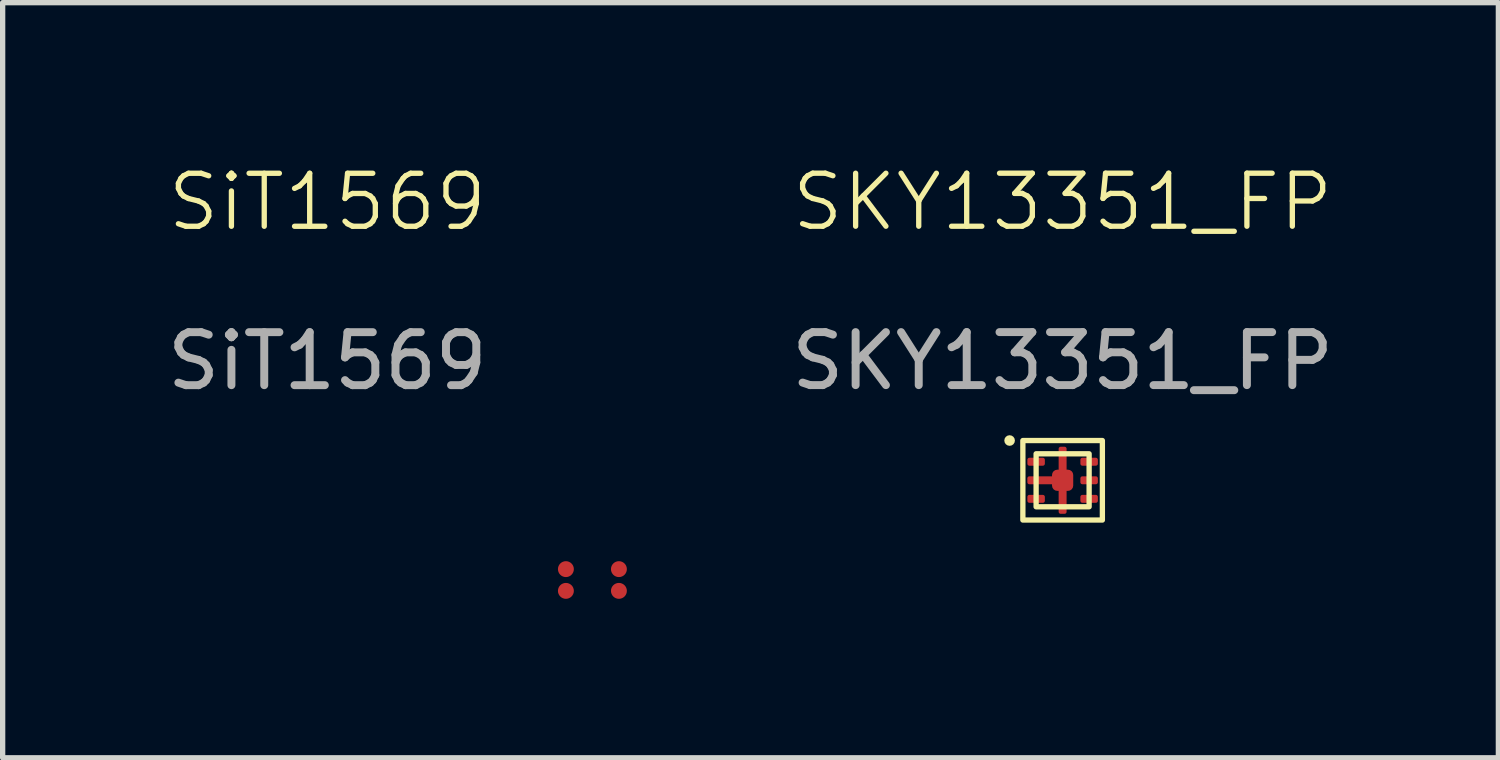
<source format=kicad_pcb>
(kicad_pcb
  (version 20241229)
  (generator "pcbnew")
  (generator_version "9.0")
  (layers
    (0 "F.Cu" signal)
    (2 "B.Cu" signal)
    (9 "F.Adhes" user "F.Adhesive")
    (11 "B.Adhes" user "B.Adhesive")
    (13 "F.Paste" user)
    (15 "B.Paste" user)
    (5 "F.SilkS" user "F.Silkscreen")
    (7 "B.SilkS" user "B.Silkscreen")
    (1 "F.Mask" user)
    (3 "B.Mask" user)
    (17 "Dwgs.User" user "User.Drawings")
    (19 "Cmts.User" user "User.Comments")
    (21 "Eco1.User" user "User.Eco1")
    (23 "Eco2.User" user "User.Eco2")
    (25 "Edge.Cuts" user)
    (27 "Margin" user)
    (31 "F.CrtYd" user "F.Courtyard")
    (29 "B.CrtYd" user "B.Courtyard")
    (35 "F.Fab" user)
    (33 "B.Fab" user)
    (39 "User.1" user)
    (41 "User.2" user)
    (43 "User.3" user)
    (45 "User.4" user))
  (footprint "SiT1569"
    (layer "F.Cu")
    (at 8.125 7.891)
    (property "Reference" "SiT1569" (at -5 -7.13 0) (unlocked yes) (layer "F.SilkS") (effects (font (size 1 1) (thickness 0.1))))
    (attr smd)
    (fp_text user "${REFERENCE}" (at -5 -4.13 0) (unlocked yes) (layer "F.Fab") (effects (font (size 1 1) (thickness 0.15))))
    (pad "1" smd circle (at -0.5 0.205) (size 0.3 0.3) (layers "F.Cu" "F.Mask" "F.Paste"))
    (pad "2" smd circle (at 0.5 0.205) (size 0.3 0.3) (layers "F.Cu" "F.Mask" "F.Paste"))
    (pad "3" smd circle (at 0.5 -0.205) (size 0.3 0.3) (layers "F.Cu" "F.Mask" "F.Paste"))
    (pad "4" smd circle (at -0.5 -0.205) (size 0.3 0.3) (layers "F.Cu" "F.Mask" "F.Paste")))
  (footprint "SKY13351_FP"
    (layer "F.Cu")
    (at 16.995 1.26)
    (property "Reference" "SKY13351_FP" (at 0 -0.5 0) (unlocked yes) (layer "F.SilkS") (effects (font (size 1 1) (thickness 0.1))))
    (attr smd)
    (fp_rect (start -0.75 4) (end 0.75 5.5) (stroke (width 0.1) (type default)) (fill no) (layer "F.SilkS"))
    (fp_rect (start -0.5 4.25) (end 0.5 5.25) (stroke (width 0.1) (type default)) (fill no) (layer "F.SilkS"))
    (fp_circle (center -1 4) (end -1 4) (stroke (width 0.1) (type default)) (fill no) (layer "F.SilkS"))
    (fp_text user "${REFERENCE}" (at 0 2.5 0) (unlocked yes) (layer "F.Fab") (effects (font (size 1 1) (thickness 0.15))))
    (pad "1" smd roundrect (at -0.5 4.4) (size 0.33 0.15) (layers "F.Cu" "F.Mask" "F.Paste") (roundrect_rratio 0.25))
    (pad "2" smd roundrect (at -0.383 4.75) (size 0.565 0.15) (layers "F.Cu" "F.Mask" "F.Paste") (roundrect_rratio 0.25))
    (pad "2" smd roundrect (at 0 4.4 90) (size 0.565 0.15) (layers "F.Cu" "F.Mask" "F.Paste") (roundrect_rratio 0.25))
    (pad "2" smd roundrect (at 0 4.75) (size 0.4 0.4) (layers "F.Cu" "F.Mask" "F.Paste") (roundrect_rratio 0.25))
    (pad "2" smd roundrect (at 0 5.1 90) (size 0.565 0.15) (layers "F.Cu" "F.Mask" "F.Paste") (roundrect_rratio 0.25))
    (pad "3" smd roundrect (at -0.5 5.1) (size 0.33 0.15) (layers "F.Cu" "F.Mask" "F.Paste") (roundrect_rratio 0.25))
    (pad "4" smd roundrect (at 0.5 5.1) (size 0.33 0.15) (layers "F.Cu" "F.Mask" "F.Paste") (roundrect_rratio 0.25))
    (pad "5" smd roundrect (at 0.5 4.75) (size 0.33 0.15) (layers "F.Cu" "F.Mask" "F.Paste") (roundrect_rratio 0.25))
    (pad "6" smd roundrect (at 0.5 4.4) (size 0.33 0.15) (layers "F.Cu" "F.Mask" "F.Paste") (roundrect_rratio 0.25)))
  (gr_rect
    (start -3 -3)
    (end 25.215 11.245)
    (stroke (width 0.1) (type default))
    (fill no)
    (layer "Edge.Cuts")))
</source>
